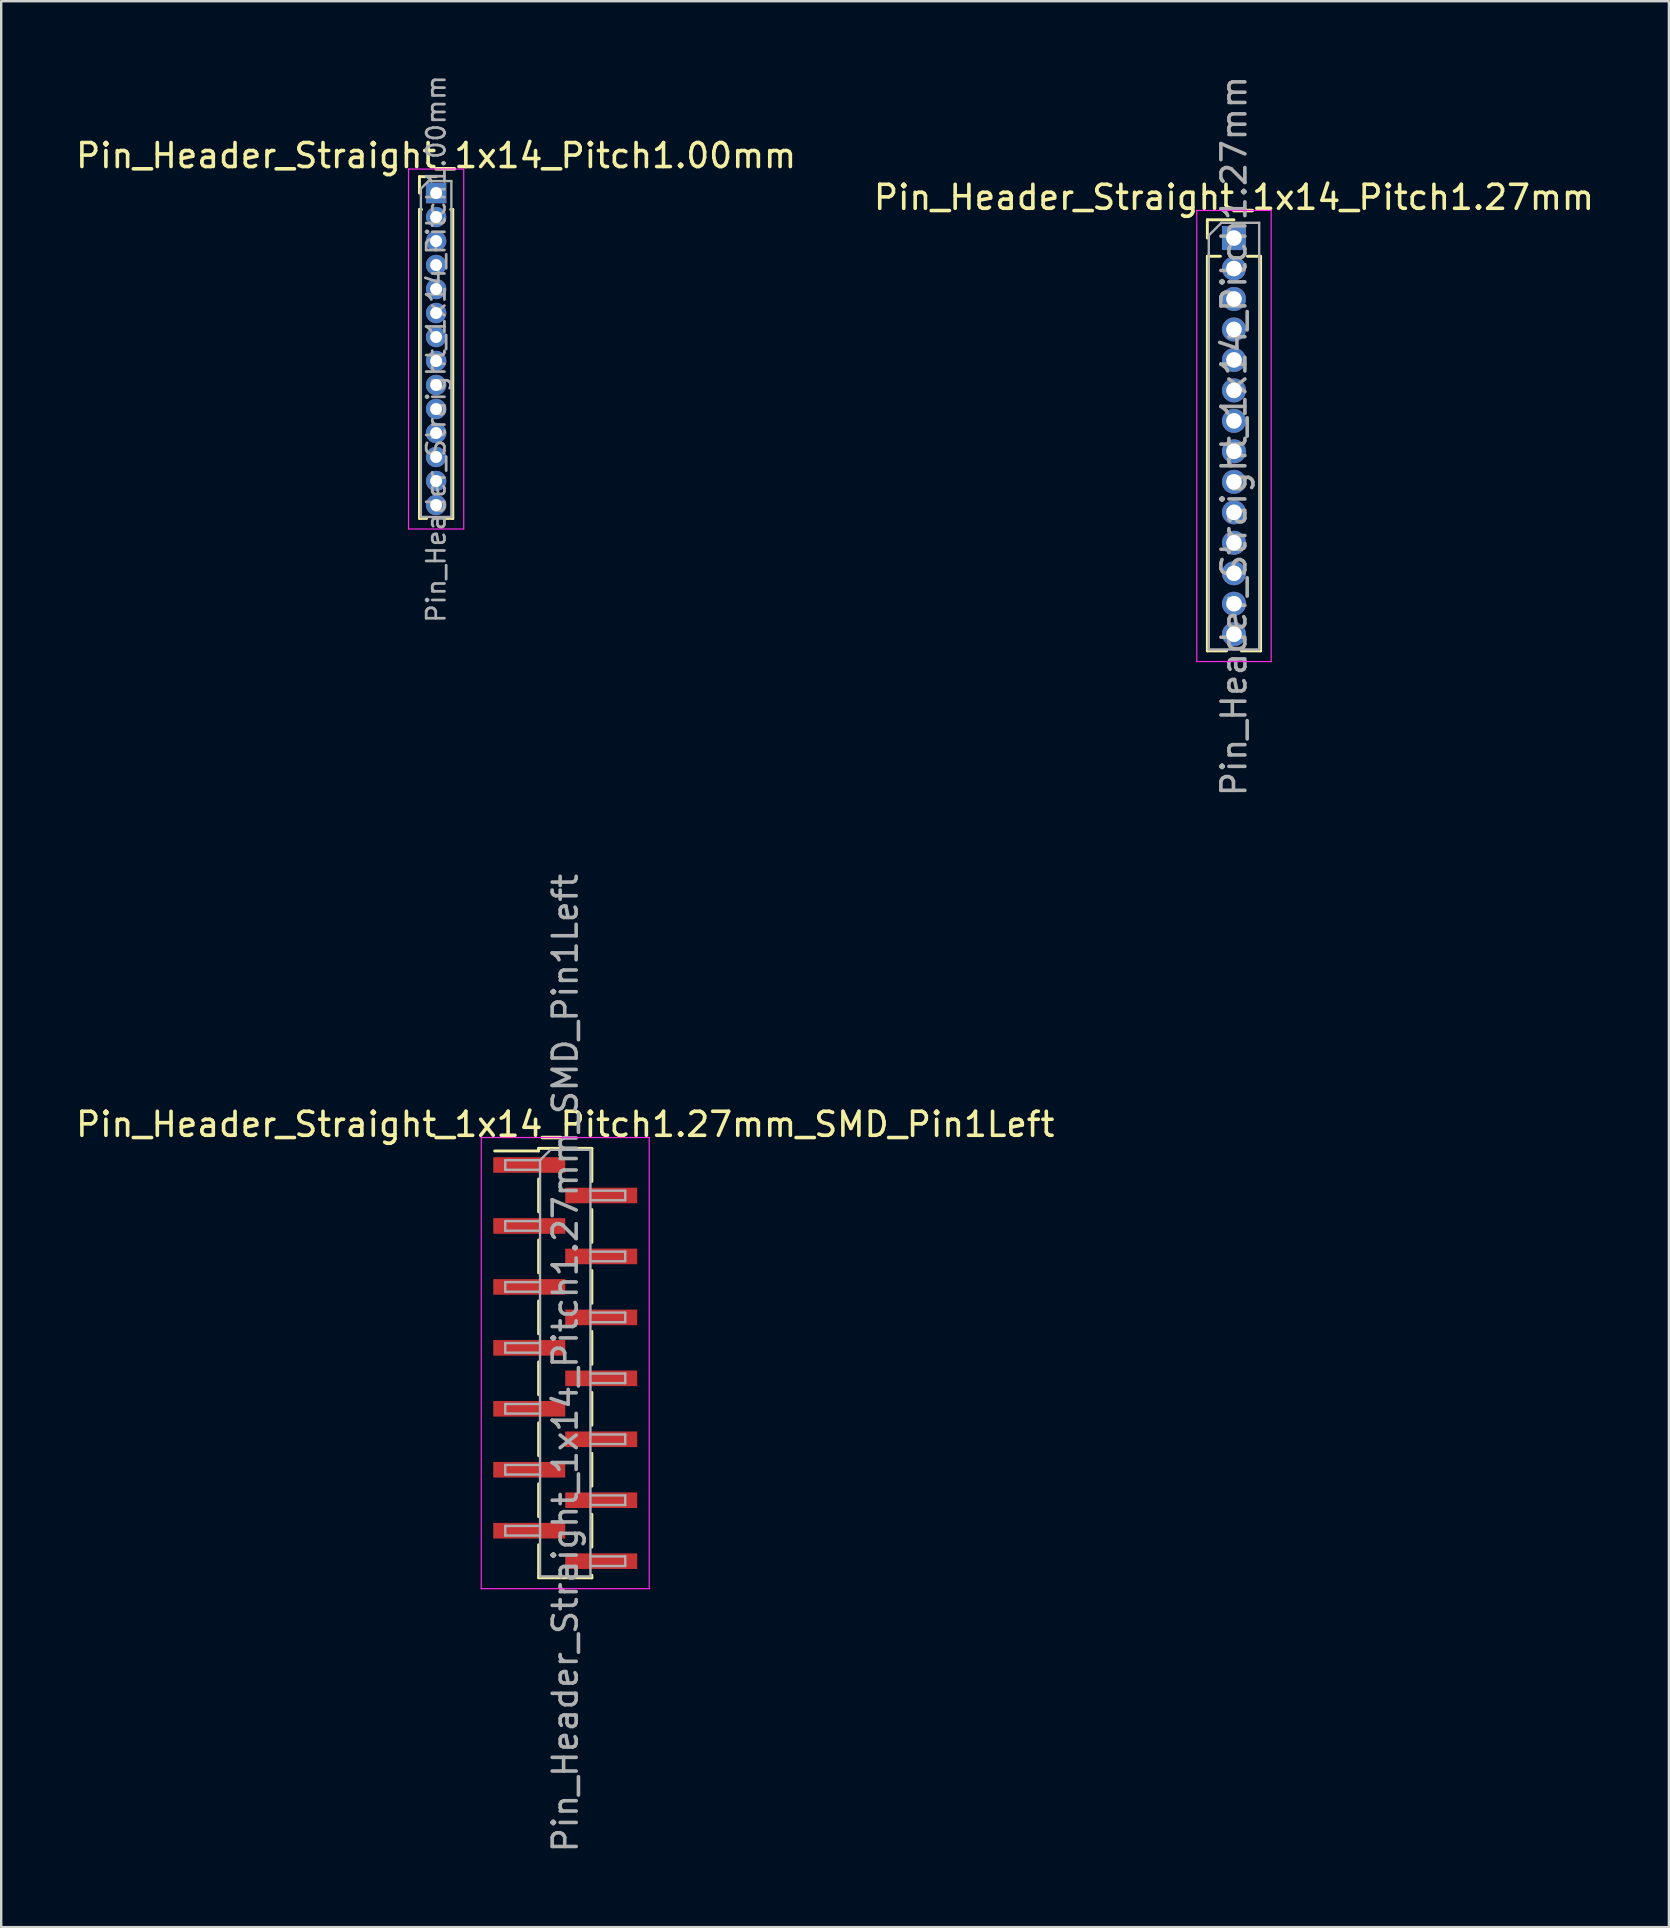
<source format=kicad_pcb>
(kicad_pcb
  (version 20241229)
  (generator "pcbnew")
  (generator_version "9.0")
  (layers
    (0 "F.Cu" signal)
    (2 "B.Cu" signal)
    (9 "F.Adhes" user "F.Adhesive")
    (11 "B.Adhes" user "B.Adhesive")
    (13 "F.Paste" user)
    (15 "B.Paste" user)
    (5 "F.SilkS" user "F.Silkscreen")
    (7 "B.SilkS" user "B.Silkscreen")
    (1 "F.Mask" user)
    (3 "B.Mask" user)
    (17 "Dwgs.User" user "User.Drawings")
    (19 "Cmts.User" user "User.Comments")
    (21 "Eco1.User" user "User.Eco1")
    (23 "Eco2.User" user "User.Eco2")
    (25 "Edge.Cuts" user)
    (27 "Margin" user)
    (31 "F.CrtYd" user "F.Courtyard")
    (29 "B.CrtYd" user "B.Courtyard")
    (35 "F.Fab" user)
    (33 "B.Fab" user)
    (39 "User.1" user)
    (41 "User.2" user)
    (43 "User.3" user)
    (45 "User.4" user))
  (footprint "Pin_Header_Straight_1x14_Pitch1.27mm"
    (layer "F.Cu")
    (at 48.375 6.87)
    (property "Reference" "Pin_Header_Straight_1x14_Pitch1.27mm" (at 0 -1.695 0) (layer "F.SilkS") (effects (font (size 1 1) (thickness 0.15))))
    (attr through_hole)
    (fp_line (start -1.11 -0.76) (end 0 -0.76) (stroke (width 0.12) (type solid)) (layer "F.SilkS"))
    (fp_line (start -1.11 0) (end -1.11 -0.76) (stroke (width 0.12) (type solid)) (layer "F.SilkS"))
    (fp_line (start -1.11 0.76) (end -1.11 17.205) (stroke (width 0.12) (type solid)) (layer "F.SilkS"))
    (fp_line (start -1.11 0.76) (end -0.563 0.76) (stroke (width 0.12) (type solid)) (layer "F.SilkS"))
    (fp_line (start -1.11 17.205) (end -0.308 17.205) (stroke (width 0.12) (type solid)) (layer "F.SilkS"))
    (fp_line (start 0.308 17.205) (end 1.11 17.205) (stroke (width 0.12) (type solid)) (layer "F.SilkS"))
    (fp_line (start 0.563 0.76) (end 1.11 0.76) (stroke (width 0.12) (type solid)) (layer "F.SilkS"))
    (fp_line (start 1.11 0.76) (end 1.11 17.205) (stroke (width 0.12) (type solid)) (layer "F.SilkS"))
    (fp_line (start -1.55 -1.15) (end -1.55 17.65) (stroke (width 0.05) (type solid)) (layer "F.CrtYd"))
    (fp_line (start -1.55 17.65) (end 1.55 17.65) (stroke (width 0.05) (type solid)) (layer "F.CrtYd"))
    (fp_line (start 1.55 -1.15) (end -1.55 -1.15) (stroke (width 0.05) (type solid)) (layer "F.CrtYd"))
    (fp_line (start 1.55 17.65) (end 1.55 -1.15) (stroke (width 0.05) (type solid)) (layer "F.CrtYd"))
    (fp_line (start -1.05 -0.11) (end -0.525 -0.635) (stroke (width 0.1) (type solid)) (layer "F.Fab"))
    (fp_line (start -1.05 17.145) (end -1.05 -0.11) (stroke (width 0.1) (type solid)) (layer "F.Fab"))
    (fp_line (start -0.525 -0.635) (end 1.05 -0.635) (stroke (width 0.1) (type solid)) (layer "F.Fab"))
    (fp_line (start 1.05 -0.635) (end 1.05 17.145) (stroke (width 0.1) (type solid)) (layer "F.Fab"))
    (fp_line (start 1.05 17.145) (end -1.05 17.145) (stroke (width 0.1) (type solid)) (layer "F.Fab"))
    (fp_text user "${REFERENCE}" (at 0 8.255 90) (layer "F.Fab") (effects (font (size 1 1) (thickness 0.15))))
    (pad "1" thru_hole rect (at 0 0) (size 1 1) (drill 0.65) (layers "*.Cu" "*.Mask"))
    (pad "2" thru_hole oval (at 0 1.27) (size 1 1) (drill 0.65) (layers "*.Cu" "*.Mask"))
    (pad "3" thru_hole oval (at 0 2.54) (size 1 1) (drill 0.65) (layers "*.Cu" "*.Mask"))
    (pad "4" thru_hole oval (at 0 3.81) (size 1 1) (drill 0.65) (layers "*.Cu" "*.Mask"))
    (pad "5" thru_hole oval (at 0 5.08) (size 1 1) (drill 0.65) (layers "*.Cu" "*.Mask"))
    (pad "6" thru_hole oval (at 0 6.35) (size 1 1) (drill 0.65) (layers "*.Cu" "*.Mask"))
    (pad "7" thru_hole oval (at 0 7.62) (size 1 1) (drill 0.65) (layers "*.Cu" "*.Mask"))
    (pad "8" thru_hole oval (at 0 8.89) (size 1 1) (drill 0.65) (layers "*.Cu" "*.Mask"))
    (pad "9" thru_hole oval (at 0 10.16) (size 1 1) (drill 0.65) (layers "*.Cu" "*.Mask"))
    (pad "10" thru_hole oval (at 0 11.43) (size 1 1) (drill 0.65) (layers "*.Cu" "*.Mask"))
    (pad "11" thru_hole oval (at 0 12.7) (size 1 1) (drill 0.65) (layers "*.Cu" "*.Mask"))
    (pad "12" thru_hole oval (at 0 13.97) (size 1 1) (drill 0.65) (layers "*.Cu" "*.Mask"))
    (pad "13" thru_hole oval (at 0 15.24) (size 1 1) (drill 0.65) (layers "*.Cu" "*.Mask"))
    (pad "14" thru_hole oval (at 0 16.51) (size 1 1) (drill 0.65) (layers "*.Cu" "*.Mask")))
  (footprint "Pin_Header_Straight_1x14_Pitch1.00mm"
    (layer "F.Cu")
    (at 15.125 4.995)
    (property "Reference" "Pin_Header_Straight_1x14_Pitch1.00mm" (at 0 -1.56 0) (layer "F.SilkS") (effects (font (size 1 1) (thickness 0.15))))
    (attr through_hole)
    (fp_line (start -0.695 -0.685) (end 0 -0.685) (stroke (width 0.12) (type solid)) (layer "F.SilkS"))
    (fp_line (start -0.695 0) (end -0.695 -0.685) (stroke (width 0.12) (type solid)) (layer "F.SilkS"))
    (fp_line (start -0.695 0.685) (end -0.695 13.56) (stroke (width 0.12) (type solid)) (layer "F.SilkS"))
    (fp_line (start -0.695 0.685) (end -0.608 0.685) (stroke (width 0.12) (type solid)) (layer "F.SilkS"))
    (fp_line (start -0.695 13.56) (end -0.394 13.56) (stroke (width 0.12) (type solid)) (layer "F.SilkS"))
    (fp_line (start 0.394 13.56) (end 0.695 13.56) (stroke (width 0.12) (type solid)) (layer "F.SilkS"))
    (fp_line (start 0.608 0.685) (end 0.695 0.685) (stroke (width 0.12) (type solid)) (layer "F.SilkS"))
    (fp_line (start 0.695 0.685) (end 0.695 13.56) (stroke (width 0.12) (type solid)) (layer "F.SilkS"))
    (fp_line (start -1.15 -1) (end -1.15 14) (stroke (width 0.05) (type solid)) (layer "F.CrtYd"))
    (fp_line (start -1.15 14) (end 1.15 14) (stroke (width 0.05) (type solid)) (layer "F.CrtYd"))
    (fp_line (start 1.15 -1) (end -1.15 -1) (stroke (width 0.05) (type solid)) (layer "F.CrtYd"))
    (fp_line (start 1.15 14) (end 1.15 -1) (stroke (width 0.05) (type solid)) (layer "F.CrtYd"))
    (fp_line (start -0.635 -0.182) (end -0.318 -0.5) (stroke (width 0.1) (type solid)) (layer "F.Fab"))
    (fp_line (start -0.635 13.5) (end -0.635 -0.182) (stroke (width 0.1) (type solid)) (layer "F.Fab"))
    (fp_line (start -0.318 -0.5) (end 0.635 -0.5) (stroke (width 0.1) (type solid)) (layer "F.Fab"))
    (fp_line (start 0.635 -0.5) (end 0.635 13.5) (stroke (width 0.1) (type solid)) (layer "F.Fab"))
    (fp_line (start 0.635 13.5) (end -0.635 13.5) (stroke (width 0.1) (type solid)) (layer "F.Fab"))
    (fp_text user "${REFERENCE}" (at 0 6.5 90) (layer "F.Fab") (effects (font (size 0.76 0.76) (thickness 0.114))))
    (pad "1" thru_hole rect (at 0 0) (size 0.85 0.85) (drill 0.5) (layers "*.Cu" "*.Mask"))
    (pad "2" thru_hole oval (at 0 1) (size 0.85 0.85) (drill 0.5) (layers "*.Cu" "*.Mask"))
    (pad "3" thru_hole oval (at 0 2) (size 0.85 0.85) (drill 0.5) (layers "*.Cu" "*.Mask"))
    (pad "4" thru_hole oval (at 0 3) (size 0.85 0.85) (drill 0.5) (layers "*.Cu" "*.Mask"))
    (pad "5" thru_hole oval (at 0 4) (size 0.85 0.85) (drill 0.5) (layers "*.Cu" "*.Mask"))
    (pad "6" thru_hole oval (at 0 5) (size 0.85 0.85) (drill 0.5) (layers "*.Cu" "*.Mask"))
    (pad "7" thru_hole oval (at 0 6) (size 0.85 0.85) (drill 0.5) (layers "*.Cu" "*.Mask"))
    (pad "8" thru_hole oval (at 0 7) (size 0.85 0.85) (drill 0.5) (layers "*.Cu" "*.Mask"))
    (pad "9" thru_hole oval (at 0 8) (size 0.85 0.85) (drill 0.5) (layers "*.Cu" "*.Mask"))
    (pad "10" thru_hole oval (at 0 9) (size 0.85 0.85) (drill 0.5) (layers "*.Cu" "*.Mask"))
    (pad "11" thru_hole oval (at 0 10) (size 0.85 0.85) (drill 0.5) (layers "*.Cu" "*.Mask"))
    (pad "12" thru_hole oval (at 0 11) (size 0.85 0.85) (drill 0.5) (layers "*.Cu" "*.Mask"))
    (pad "13" thru_hole oval (at 0 12) (size 0.85 0.85) (drill 0.5) (layers "*.Cu" "*.Mask"))
    (pad "14" thru_hole oval (at 0 13) (size 0.85 0.85) (drill 0.5) (layers "*.Cu" "*.Mask")))
  (footprint "Pin_Header_Straight_1x14_Pitch1.27mm_SMD_Pin1Left"
    (layer "F.Cu")
    (at 20.506 53.756)
    (property "Reference" "Pin_Header_Straight_1x14_Pitch1.27mm_SMD_Pin1Left" (at 0 -9.95 0) (layer "F.SilkS") (effects (font (size 1 1) (thickness 0.15))))
    (attr smd)
    (fp_line (start -1.11 -8.95) (end -1.11 -8.84) (stroke (width 0.12) (type solid)) (layer "F.SilkS"))
    (fp_line (start -1.11 -8.95) (end 1.11 -8.95) (stroke (width 0.12) (type solid)) (layer "F.SilkS"))
    (fp_line (start -1.11 -8.84) (end -2.94 -8.84) (stroke (width 0.12) (type solid)) (layer "F.SilkS"))
    (fp_line (start -1.11 -7.67) (end -1.11 -6.3) (stroke (width 0.12) (type solid)) (layer "F.SilkS"))
    (fp_line (start -1.11 -5.13) (end -1.11 -3.76) (stroke (width 0.12) (type solid)) (layer "F.SilkS"))
    (fp_line (start -1.11 -2.59) (end -1.11 -1.22) (stroke (width 0.12) (type solid)) (layer "F.SilkS"))
    (fp_line (start -1.11 -0.05) (end -1.11 1.32) (stroke (width 0.12) (type solid)) (layer "F.SilkS"))
    (fp_line (start -1.11 2.49) (end -1.11 3.86) (stroke (width 0.12) (type solid)) (layer "F.SilkS"))
    (fp_line (start -1.11 5.03) (end -1.11 6.4) (stroke (width 0.12) (type solid)) (layer "F.SilkS"))
    (fp_line (start -1.11 7.57) (end -1.11 8.94) (stroke (width 0.12) (type solid)) (layer "F.SilkS"))
    (fp_line (start -1.11 8.95) (end 1.11 8.95) (stroke (width 0.12) (type solid)) (layer "F.SilkS"))
    (fp_line (start 1.11 -8.94) (end 1.11 -7.57) (stroke (width 0.12) (type solid)) (layer "F.SilkS"))
    (fp_line (start 1.11 -6.4) (end 1.11 -5.03) (stroke (width 0.12) (type solid)) (layer "F.SilkS"))
    (fp_line (start 1.11 -3.86) (end 1.11 -2.49) (stroke (width 0.12) (type solid)) (layer "F.SilkS"))
    (fp_line (start 1.11 -1.32) (end 1.11 0.05) (stroke (width 0.12) (type solid)) (layer "F.SilkS"))
    (fp_line (start 1.11 1.22) (end 1.11 2.59) (stroke (width 0.12) (type solid)) (layer "F.SilkS"))
    (fp_line (start 1.11 3.76) (end 1.11 5.13) (stroke (width 0.12) (type solid)) (layer "F.SilkS"))
    (fp_line (start 1.11 6.3) (end 1.11 7.67) (stroke (width 0.12) (type solid)) (layer "F.SilkS"))
    (fp_line (start 1.11 8.84) (end 1.11 8.95) (stroke (width 0.12) (type solid)) (layer "F.SilkS"))
    (fp_line (start -3.5 -9.4) (end -3.5 9.4) (stroke (width 0.05) (type solid)) (layer "F.CrtYd"))
    (fp_line (start -3.5 9.4) (end 3.5 9.4) (stroke (width 0.05) (type solid)) (layer "F.CrtYd"))
    (fp_line (start 3.5 -9.4) (end -3.5 -9.4) (stroke (width 0.05) (type solid)) (layer "F.CrtYd"))
    (fp_line (start 3.5 9.4) (end 3.5 -9.4) (stroke (width 0.05) (type solid)) (layer "F.CrtYd"))
    (fp_line (start -2.5 -8.455) (end -2.5 -8.055) (stroke (width 0.1) (type solid)) (layer "F.Fab"))
    (fp_line (start -2.5 -8.055) (end -1.05 -8.055) (stroke (width 0.1) (type solid)) (layer "F.Fab"))
    (fp_line (start -2.5 -5.915) (end -2.5 -5.515) (stroke (width 0.1) (type solid)) (layer "F.Fab"))
    (fp_line (start -2.5 -5.515) (end -1.05 -5.515) (stroke (width 0.1) (type solid)) (layer "F.Fab"))
    (fp_line (start -2.5 -3.375) (end -2.5 -2.975) (stroke (width 0.1) (type solid)) (layer "F.Fab"))
    (fp_line (start -2.5 -2.975) (end -1.05 -2.975) (stroke (width 0.1) (type solid)) (layer "F.Fab"))
    (fp_line (start -2.5 -0.835) (end -2.5 -0.435) (stroke (width 0.1) (type solid)) (layer "F.Fab"))
    (fp_line (start -2.5 -0.435) (end -1.05 -0.435) (stroke (width 0.1) (type solid)) (layer "F.Fab"))
    (fp_line (start -2.5 1.705) (end -2.5 2.105) (stroke (width 0.1) (type solid)) (layer "F.Fab"))
    (fp_line (start -2.5 2.105) (end -1.05 2.105) (stroke (width 0.1) (type solid)) (layer "F.Fab"))
    (fp_line (start -2.5 4.245) (end -2.5 4.645) (stroke (width 0.1) (type solid)) (layer "F.Fab"))
    (fp_line (start -2.5 4.645) (end -1.05 4.645) (stroke (width 0.1) (type solid)) (layer "F.Fab"))
    (fp_line (start -2.5 6.785) (end -2.5 7.185) (stroke (width 0.1) (type solid)) (layer "F.Fab"))
    (fp_line (start -2.5 7.185) (end -1.05 7.185) (stroke (width 0.1) (type solid)) (layer "F.Fab"))
    (fp_line (start -1.05 -8.455) (end -2.5 -8.455) (stroke (width 0.1) (type solid)) (layer "F.Fab"))
    (fp_line (start -1.05 -8.455) (end -0.615 -8.89) (stroke (width 0.1) (type solid)) (layer "F.Fab"))
    (fp_line (start -1.05 -5.915) (end -2.5 -5.915) (stroke (width 0.1) (type solid)) (layer "F.Fab"))
    (fp_line (start -1.05 -3.375) (end -2.5 -3.375) (stroke (width 0.1) (type solid)) (layer "F.Fab"))
    (fp_line (start -1.05 -0.835) (end -2.5 -0.835) (stroke (width 0.1) (type solid)) (layer "F.Fab"))
    (fp_line (start -1.05 1.705) (end -2.5 1.705) (stroke (width 0.1) (type solid)) (layer "F.Fab"))
    (fp_line (start -1.05 4.245) (end -2.5 4.245) (stroke (width 0.1) (type solid)) (layer "F.Fab"))
    (fp_line (start -1.05 6.785) (end -2.5 6.785) (stroke (width 0.1) (type solid)) (layer "F.Fab"))
    (fp_line (start -1.05 8.89) (end -1.05 -8.455) (stroke (width 0.1) (type solid)) (layer "F.Fab"))
    (fp_line (start -0.615 -8.89) (end 1.05 -8.89) (stroke (width 0.1) (type solid)) (layer "F.Fab"))
    (fp_line (start 1.05 -8.89) (end 1.05 8.89) (stroke (width 0.1) (type solid)) (layer "F.Fab"))
    (fp_line (start 1.05 -7.185) (end 2.5 -7.185) (stroke (width 0.1) (type solid)) (layer "F.Fab"))
    (fp_line (start 1.05 -4.645) (end 2.5 -4.645) (stroke (width 0.1) (type solid)) (layer "F.Fab"))
    (fp_line (start 1.05 -2.105) (end 2.5 -2.105) (stroke (width 0.1) (type solid)) (layer "F.Fab"))
    (fp_line (start 1.05 0.435) (end 2.5 0.435) (stroke (width 0.1) (type solid)) (layer "F.Fab"))
    (fp_line (start 1.05 2.975) (end 2.5 2.975) (stroke (width 0.1) (type solid)) (layer "F.Fab"))
    (fp_line (start 1.05 5.515) (end 2.5 5.515) (stroke (width 0.1) (type solid)) (layer "F.Fab"))
    (fp_line (start 1.05 8.055) (end 2.5 8.055) (stroke (width 0.1) (type solid)) (layer "F.Fab"))
    (fp_line (start 1.05 8.89) (end -1.05 8.89) (stroke (width 0.1) (type solid)) (layer "F.Fab"))
    (fp_line (start 2.5 -7.185) (end 2.5 -6.785) (stroke (width 0.1) (type solid)) (layer "F.Fab"))
    (fp_line (start 2.5 -6.785) (end 1.05 -6.785) (stroke (width 0.1) (type solid)) (layer "F.Fab"))
    (fp_line (start 2.5 -4.645) (end 2.5 -4.245) (stroke (width 0.1) (type solid)) (layer "F.Fab"))
    (fp_line (start 2.5 -4.245) (end 1.05 -4.245) (stroke (width 0.1) (type solid)) (layer "F.Fab"))
    (fp_line (start 2.5 -2.105) (end 2.5 -1.705) (stroke (width 0.1) (type solid)) (layer "F.Fab"))
    (fp_line (start 2.5 -1.705) (end 1.05 -1.705) (stroke (width 0.1) (type solid)) (layer "F.Fab"))
    (fp_line (start 2.5 0.435) (end 2.5 0.835) (stroke (width 0.1) (type solid)) (layer "F.Fab"))
    (fp_line (start 2.5 0.835) (end 1.05 0.835) (stroke (width 0.1) (type solid)) (layer "F.Fab"))
    (fp_line (start 2.5 2.975) (end 2.5 3.375) (stroke (width 0.1) (type solid)) (layer "F.Fab"))
    (fp_line (start 2.5 3.375) (end 1.05 3.375) (stroke (width 0.1) (type solid)) (layer "F.Fab"))
    (fp_line (start 2.5 5.515) (end 2.5 5.915) (stroke (width 0.1) (type solid)) (layer "F.Fab"))
    (fp_line (start 2.5 5.915) (end 1.05 5.915) (stroke (width 0.1) (type solid)) (layer "F.Fab"))
    (fp_line (start 2.5 8.055) (end 2.5 8.455) (stroke (width 0.1) (type solid)) (layer "F.Fab"))
    (fp_line (start 2.5 8.455) (end 1.05 8.455) (stroke (width 0.1) (type solid)) (layer "F.Fab"))
    (fp_text user "${REFERENCE}" (at 0 0 90) (layer "F.Fab") (effects (font (size 1 1) (thickness 0.15))))
    (pad "1" smd rect (at -1.5 -8.255) (size 3 0.65) (layers "F.Cu" "F.Mask" "F.Paste"))
    (pad "2" smd rect (at 1.5 -6.985) (size 3 0.65) (layers "F.Cu" "F.Mask" "F.Paste"))
    (pad "3" smd rect (at -1.5 -5.715) (size 3 0.65) (layers "F.Cu" "F.Mask" "F.Paste"))
    (pad "4" smd rect (at 1.5 -4.445) (size 3 0.65) (layers "F.Cu" "F.Mask" "F.Paste"))
    (pad "5" smd rect (at -1.5 -3.175) (size 3 0.65) (layers "F.Cu" "F.Mask" "F.Paste"))
    (pad "6" smd rect (at 1.5 -1.905) (size 3 0.65) (layers "F.Cu" "F.Mask" "F.Paste"))
    (pad "7" smd rect (at -1.5 -0.635) (size 3 0.65) (layers "F.Cu" "F.Mask" "F.Paste"))
    (pad "8" smd rect (at 1.5 0.635) (size 3 0.65) (layers "F.Cu" "F.Mask" "F.Paste"))
    (pad "9" smd rect (at -1.5 1.905) (size 3 0.65) (layers "F.Cu" "F.Mask" "F.Paste"))
    (pad "10" smd rect (at 1.5 3.175) (size 3 0.65) (layers "F.Cu" "F.Mask" "F.Paste"))
    (pad "11" smd rect (at -1.5 4.445) (size 3 0.65) (layers "F.Cu" "F.Mask" "F.Paste"))
    (pad "12" smd rect (at 1.5 5.715) (size 3 0.65) (layers "F.Cu" "F.Mask" "F.Paste"))
    (pad "13" smd rect (at -1.5 6.985) (size 3 0.65) (layers "F.Cu" "F.Mask" "F.Paste"))
    (pad "14" smd rect (at 1.5 8.255) (size 3 0.65) (layers "F.Cu" "F.Mask" "F.Paste")))
  (gr_rect
    (start -3 -3)
    (end 66.5 77.262)
    (stroke (width 0.1) (type default))
    (fill no)
    (layer "Edge.Cuts")))
</source>
